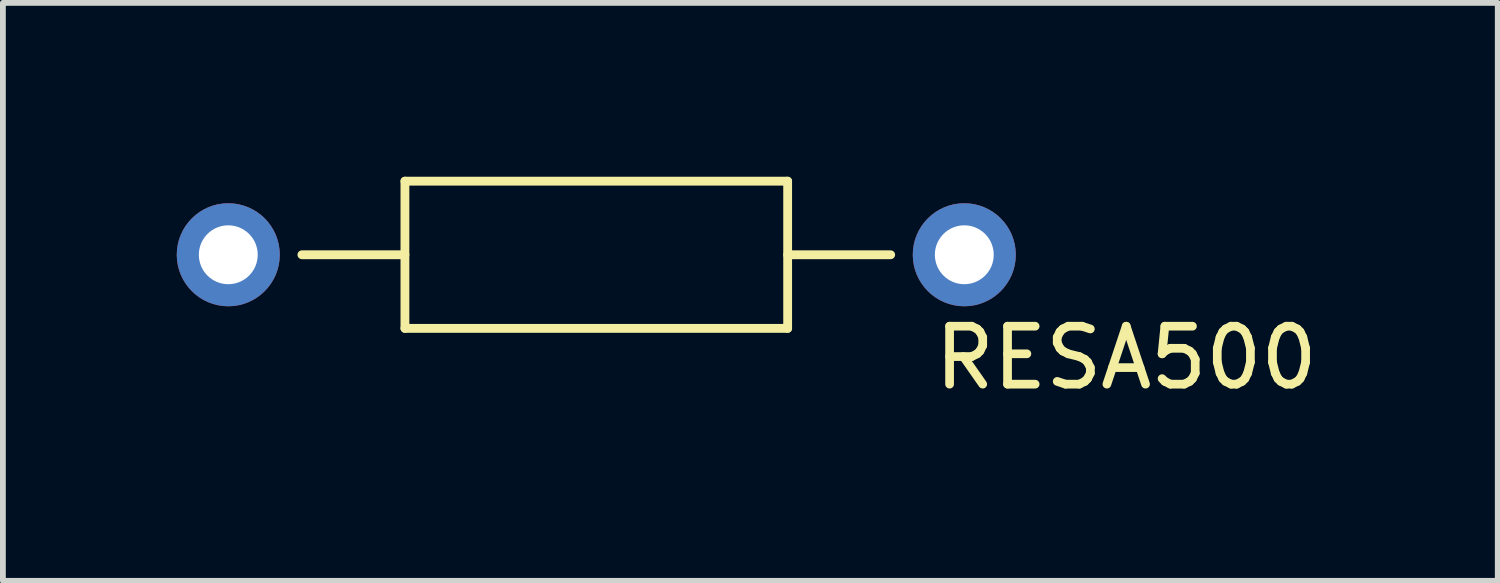
<source format=kicad_pcb>
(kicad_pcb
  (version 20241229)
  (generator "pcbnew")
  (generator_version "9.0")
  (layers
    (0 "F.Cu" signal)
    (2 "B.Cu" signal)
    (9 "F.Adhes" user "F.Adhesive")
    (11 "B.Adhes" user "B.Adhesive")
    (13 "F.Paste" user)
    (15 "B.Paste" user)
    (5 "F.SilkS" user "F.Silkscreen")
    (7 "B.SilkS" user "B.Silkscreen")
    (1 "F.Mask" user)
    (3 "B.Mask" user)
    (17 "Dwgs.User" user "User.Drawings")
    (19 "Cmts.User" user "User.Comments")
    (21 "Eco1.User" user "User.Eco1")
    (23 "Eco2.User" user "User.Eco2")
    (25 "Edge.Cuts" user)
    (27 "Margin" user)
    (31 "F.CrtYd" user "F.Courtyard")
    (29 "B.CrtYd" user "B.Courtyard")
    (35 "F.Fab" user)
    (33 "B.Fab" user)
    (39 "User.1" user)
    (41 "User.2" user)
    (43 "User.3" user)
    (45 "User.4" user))
  (footprint "RESA500"
    (layer "F.Cu")
    (at 7.239 1.346)
    (property "Reference" "RESA500" (at 9.144 1.778 0) (layer "F.SilkS") (effects (font (size 1 1) (thickness 0.15))))
    (attr through_hole)
    (fp_line (start -3.302 -1.27) (end -3.302 1.27) (stroke (width 0.152) (type solid)) (layer "F.SilkS"))
    (fp_line (start -3.302 0) (end -5.08 0) (stroke (width 0.152) (type solid)) (layer "F.SilkS"))
    (fp_line (start -3.302 1.27) (end 3.302 1.27) (stroke (width 0.152) (type solid)) (layer "F.SilkS"))
    (fp_line (start 3.302 -1.27) (end -3.302 -1.27) (stroke (width 0.152) (type solid)) (layer "F.SilkS"))
    (fp_line (start 3.302 1.27) (end 3.302 -1.27) (stroke (width 0.152) (type solid)) (layer "F.SilkS"))
    (fp_line (start 5.08 0) (end 3.302 0) (stroke (width 0.152) (type solid)) (layer "F.SilkS"))
    (pad "1" thru_hole circle (at 6.35 0) (size 1.778 1.778) (drill 1.016) (layers "*.Cu" "*.Mask"))
    (pad "2" thru_hole circle (at -6.35 0) (size 1.778 1.778) (drill 1.016) (layers "*.Cu" "*.Mask")))
  (gr_rect
    (start -3 -3)
    (end 22.794 6.972)
    (stroke (width 0.1) (type default))
    (fill no)
    (layer "Edge.Cuts")))
</source>
